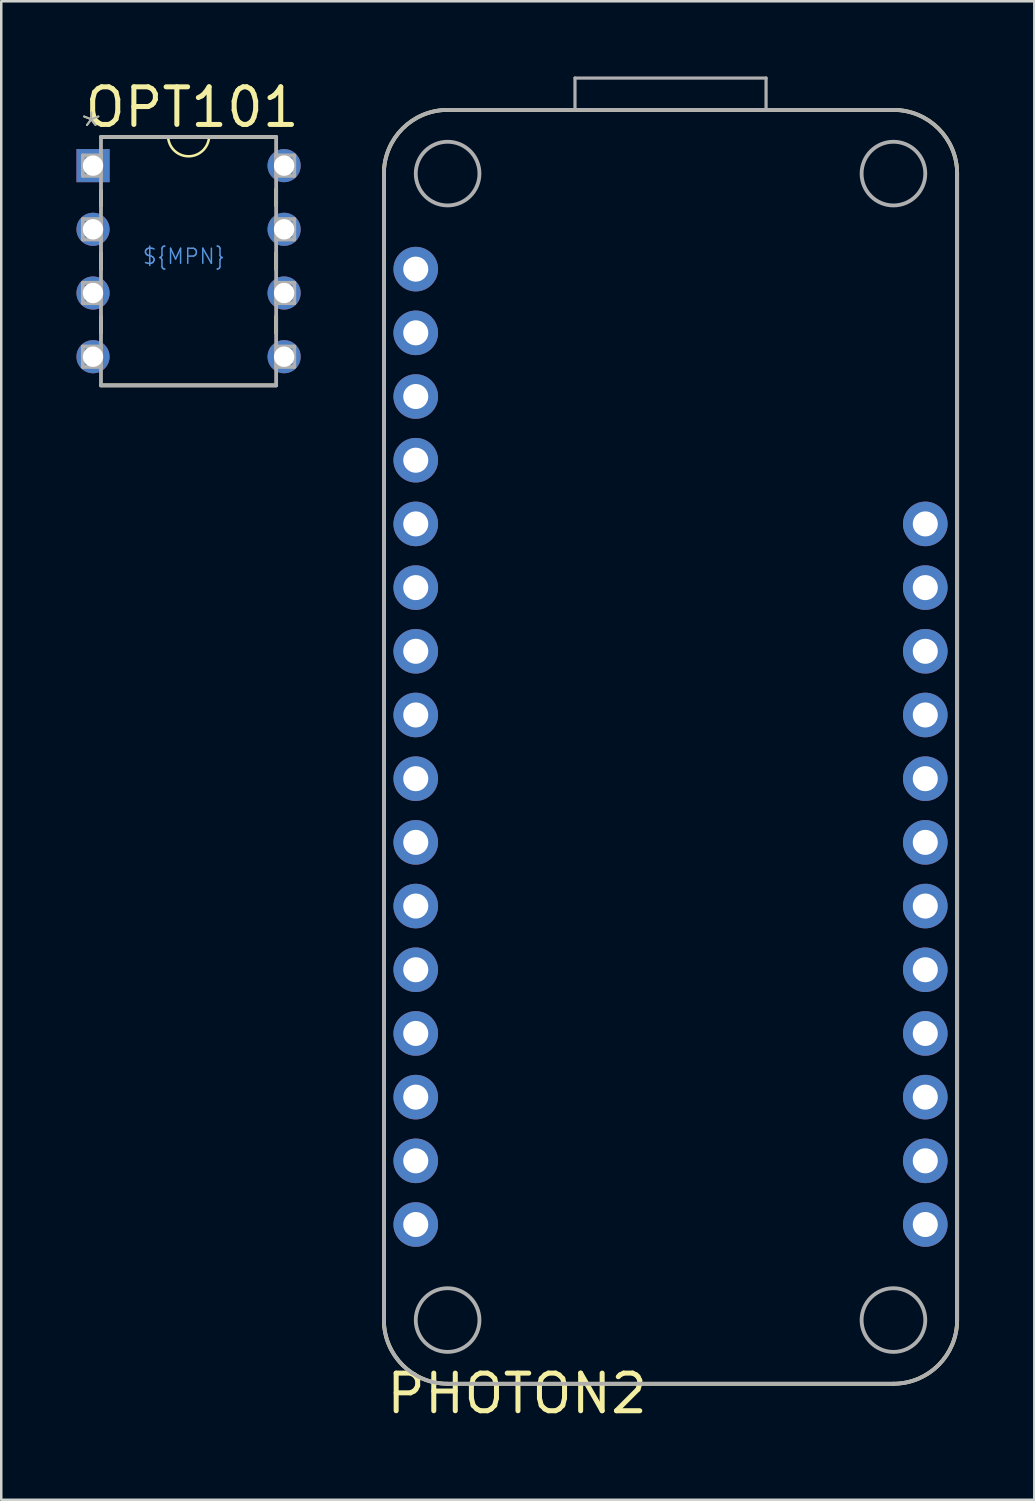
<source format=kicad_pcb>
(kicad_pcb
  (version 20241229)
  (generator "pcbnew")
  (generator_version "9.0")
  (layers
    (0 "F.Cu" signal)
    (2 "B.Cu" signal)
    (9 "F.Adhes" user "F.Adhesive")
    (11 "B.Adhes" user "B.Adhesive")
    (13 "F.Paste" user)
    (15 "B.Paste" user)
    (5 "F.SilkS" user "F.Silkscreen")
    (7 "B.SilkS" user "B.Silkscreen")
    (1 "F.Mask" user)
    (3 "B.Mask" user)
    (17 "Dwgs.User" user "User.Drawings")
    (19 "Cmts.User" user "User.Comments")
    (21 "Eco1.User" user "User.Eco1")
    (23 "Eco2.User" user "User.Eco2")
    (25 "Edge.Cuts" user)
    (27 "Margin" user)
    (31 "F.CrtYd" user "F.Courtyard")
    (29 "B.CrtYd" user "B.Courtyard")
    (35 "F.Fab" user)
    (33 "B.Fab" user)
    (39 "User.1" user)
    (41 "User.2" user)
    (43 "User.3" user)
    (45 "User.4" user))
  (footprint "PHOTON2"
    (layer "F.Cu")
    (at 12.26 52.133)
    (property "Reference" "PHOTON2" (at 0 1.27 0) (unlocked yes) (layer "F.SilkS") (effects (font (size 1.5 1.5) (thickness 0.2)) (justify left bottom)))
    (fp_line (start 0 -48.26) (end 0 -2.54) (stroke (width 0.152) (type solid)) (layer "F.SilkS"))
    (fp_line (start 2.54 0) (end 20.32 0) (stroke (width 0.152) (type solid)) (layer "F.SilkS"))
    (fp_line (start 20.32 -50.8) (end 2.54 -50.8) (stroke (width 0.152) (type solid)) (layer "F.SilkS"))
    (fp_line (start 22.86 -2.54) (end 22.86 -48.26) (stroke (width 0.152) (type solid)) (layer "F.SilkS"))
    (fp_arc (start 0 -48.26) (mid 0.743949 -50.056051) (end 2.54 -50.8) (stroke (width 0.1524) (type solid)) (layer "F.SilkS"))
    (fp_arc (start 2.54 0) (mid 0.743949 -0.743949) (end 0 -2.54) (stroke (width 0.1524) (type solid)) (layer "F.SilkS"))
    (fp_arc (start 20.32 -50.8) (mid 22.116051 -50.056051) (end 22.86 -48.26) (stroke (width 0.1524) (type solid)) (layer "F.SilkS"))
    (fp_arc (start 22.86 -2.54) (mid 22.116051 -0.743949) (end 20.32 0) (stroke (width 0.1524) (type solid)) (layer "F.SilkS"))
    (fp_line (start 0 -2.54) (end 0 -48.26) (stroke (width 0.152) (type solid)) (layer "F.Fab"))
    (fp_line (start 2.54 -50.8) (end 7.62 -50.8) (stroke (width 0.152) (type solid)) (layer "F.Fab"))
    (fp_line (start 7.62 -52.07) (end 15.24 -52.07) (stroke (width 0.127) (type solid)) (layer "F.Fab"))
    (fp_line (start 7.62 -50.8) (end 7.62 -52.07) (stroke (width 0.127) (type solid)) (layer "F.Fab"))
    (fp_line (start 7.62 -50.8) (end 15.24 -50.8) (stroke (width 0.152) (type solid)) (layer "F.Fab"))
    (fp_line (start 15.24 -52.07) (end 15.24 -50.8) (stroke (width 0.127) (type solid)) (layer "F.Fab"))
    (fp_line (start 15.24 -50.8) (end 20.32 -50.8) (stroke (width 0.152) (type solid)) (layer "F.Fab"))
    (fp_line (start 20.32 0) (end 2.54 0) (stroke (width 0.152) (type solid)) (layer "F.Fab"))
    (fp_line (start 22.86 -48.26) (end 22.86 -2.54) (stroke (width 0.152) (type solid)) (layer "F.Fab"))
    (fp_arc (start 0 -48.26) (mid 0.743949 -50.056051) (end 2.54 -50.8) (stroke (width 0.1524) (type solid)) (layer "F.Fab"))
    (fp_arc (start 2.54 0) (mid 0.743949 -0.743949) (end 0 -2.54) (stroke (width 0.1524) (type solid)) (layer "F.Fab"))
    (fp_arc (start 20.32 -50.8) (mid 22.116051 -50.056051) (end 22.86 -48.26) (stroke (width 0.1524) (type solid)) (layer "F.Fab"))
    (fp_arc (start 22.86 -2.54) (mid 22.116051 -0.743949) (end 20.32 0) (stroke (width 0.1524) (type solid)) (layer "F.Fab"))
    (fp_circle (center 2.54 -48.26) (end 3.81 -48.26) (stroke (width 0.152) (type solid)) (fill no) (layer "F.Fab"))
    (fp_circle (center 2.54 -2.54) (end 3.81 -2.54) (stroke (width 0.152) (type solid)) (fill no) (layer "F.Fab"))
    (fp_circle (center 20.32 -48.26) (end 21.59 -48.26) (stroke (width 0.152) (type solid)) (fill no) (layer "F.Fab"))
    (fp_circle (center 20.32 -2.54) (end 21.59 -2.54) (stroke (width 0.152) (type solid)) (fill no) (layer "F.Fab"))
    (pad "1" thru_hole circle (at 1.27 -44.45 270) (size 1.778 1.778) (drill 1) (layers "*.Cu" "*.Mask"))
    (pad "2" thru_hole circle (at 1.27 -41.91 270) (size 1.778 1.778) (drill 1) (layers "*.Cu" "*.Mask"))
    (pad "3" thru_hole circle (at 1.27 -39.37 270) (size 1.778 1.778) (drill 1) (layers "*.Cu" "*.Mask"))
    (pad "4" thru_hole circle (at 1.27 -36.83 270) (size 1.778 1.778) (drill 1) (layers "*.Cu" "*.Mask"))
    (pad "5" thru_hole circle (at 1.27 -34.29 270) (size 1.778 1.778) (drill 1) (layers "*.Cu" "*.Mask"))
    (pad "6" thru_hole circle (at 1.27 -31.75 270) (size 1.778 1.778) (drill 1) (layers "*.Cu" "*.Mask"))
    (pad "7" thru_hole circle (at 1.27 -29.21 270) (size 1.778 1.778) (drill 1) (layers "*.Cu" "*.Mask"))
    (pad "8" thru_hole circle (at 1.27 -26.67 270) (size 1.778 1.778) (drill 1) (layers "*.Cu" "*.Mask"))
    (pad "9" thru_hole circle (at 1.27 -24.13 270) (size 1.778 1.778) (drill 1) (layers "*.Cu" "*.Mask"))
    (pad "10" thru_hole circle (at 1.27 -21.59 270) (size 1.778 1.778) (drill 1) (layers "*.Cu" "*.Mask"))
    (pad "11" thru_hole circle (at 1.27 -19.05 270) (size 1.778 1.778) (drill 1) (layers "*.Cu" "*.Mask"))
    (pad "12" thru_hole circle (at 1.27 -16.51 270) (size 1.778 1.778) (drill 1) (layers "*.Cu" "*.Mask"))
    (pad "13" thru_hole circle (at 1.27 -13.97 270) (size 1.778 1.778) (drill 1) (layers "*.Cu" "*.Mask"))
    (pad "14" thru_hole circle (at 1.27 -11.43 270) (size 1.778 1.778) (drill 1) (layers "*.Cu" "*.Mask"))
    (pad "15" thru_hole circle (at 1.27 -8.89 270) (size 1.778 1.778) (drill 1) (layers "*.Cu" "*.Mask"))
    (pad "16" thru_hole circle (at 1.27 -6.35 270) (size 1.778 1.778) (drill 1) (layers "*.Cu" "*.Mask"))
    (pad "17" thru_hole circle (at 21.59 -6.35 270) (size 1.778 1.778) (drill 1) (layers "*.Cu" "*.Mask"))
    (pad "18" thru_hole circle (at 21.59 -8.89 270) (size 1.778 1.778) (drill 1) (layers "*.Cu" "*.Mask"))
    (pad "19" thru_hole circle (at 21.59 -11.43 270) (size 1.778 1.778) (drill 1) (layers "*.Cu" "*.Mask"))
    (pad "20" thru_hole circle (at 21.59 -13.97 270) (size 1.778 1.778) (drill 1) (layers "*.Cu" "*.Mask"))
    (pad "21" thru_hole circle (at 21.59 -16.51 270) (size 1.778 1.778) (drill 1) (layers "*.Cu" "*.Mask"))
    (pad "22" thru_hole circle (at 21.59 -19.05 270) (size 1.778 1.778) (drill 1) (layers "*.Cu" "*.Mask"))
    (pad "23" thru_hole circle (at 21.59 -21.59 270) (size 1.778 1.778) (drill 1) (layers "*.Cu" "*.Mask"))
    (pad "24" thru_hole circle (at 21.59 -24.13 270) (size 1.778 1.778) (drill 1) (layers "*.Cu" "*.Mask"))
    (pad "25" thru_hole circle (at 21.59 -26.67 270) (size 1.778 1.778) (drill 1) (layers "*.Cu" "*.Mask"))
    (pad "26" thru_hole circle (at 21.59 -29.21 270) (size 1.778 1.778) (drill 1) (layers "*.Cu" "*.Mask"))
    (pad "27" thru_hole circle (at 21.59 -31.75 270) (size 1.778 1.778) (drill 1) (layers "*.Cu" "*.Mask"))
    (pad "28" thru_hole circle (at 21.59 -34.29 270) (size 1.778 1.778) (drill 1) (layers "*.Cu" "*.Mask")))
  (footprint "OPT101"
    (layer "F.Cu")
    (at 8.28 11.175)
    (property "Reference" "OPT101" (at -3.67 -9.946 0) (unlocked yes) (layer "F.SilkS") (effects (font (size 1.5 1.5) (thickness 0.2))))
    (property "MPN" "${MPN}" (at -4 -4 0) (layer "Cmts.User") (effects (font (size 0.6 0.6) (thickness 0.06))))
    (fp_line (start -7.303 -6.627) (end -7.303 -6.021) (stroke (width 0.152) (type solid)) (layer "F.SilkS"))
    (fp_line (start -7.303 -4.139) (end -7.303 -3.481) (stroke (width 0.152) (type solid)) (layer "F.SilkS"))
    (fp_line (start -7.303 -1.599) (end -7.303 -0.941) (stroke (width 0.152) (type solid)) (layer "F.SilkS"))
    (fp_line (start -7.303 1.143) (end -0.318 1.143) (stroke (width 0.152) (type solid)) (layer "F.SilkS"))
    (fp_line (start -0.318 -8.763) (end -7.303 -8.763) (stroke (width 0.152) (type solid)) (layer "F.SilkS"))
    (fp_line (start -0.318 -6.021) (end -0.318 -6.679) (stroke (width 0.152) (type solid)) (layer "F.SilkS"))
    (fp_line (start -0.318 -3.481) (end -0.318 -4.139) (stroke (width 0.152) (type solid)) (layer "F.SilkS"))
    (fp_line (start -0.318 -0.941) (end -0.318 -1.599) (stroke (width 0.152) (type solid)) (layer "F.SilkS"))
    (fp_arc (start -2.992775 -8.763) (mid -3.824666 -7.991206) (end -4.628371 -8.79231) (stroke (width 0.1) (type solid)) (layer "F.SilkS"))
    (fp_line (start -8.026 -8.026) (end -8.026 -7.214) (stroke (width 0.152) (type solid)) (layer "F.Fab"))
    (fp_line (start -8.026 -7.214) (end -7.303 -7.214) (stroke (width 0.152) (type solid)) (layer "F.Fab"))
    (fp_line (start -8.026 -5.486) (end -8.026 -4.674) (stroke (width 0.152) (type solid)) (layer "F.Fab"))
    (fp_line (start -8.026 -4.674) (end -7.303 -4.674) (stroke (width 0.152) (type solid)) (layer "F.Fab"))
    (fp_line (start -8.026 -2.946) (end -8.026 -2.134) (stroke (width 0.152) (type solid)) (layer "F.Fab"))
    (fp_line (start -8.026 -2.134) (end -7.303 -2.134) (stroke (width 0.152) (type solid)) (layer "F.Fab"))
    (fp_line (start -8.026 -0.406) (end -8.026 0.406) (stroke (width 0.152) (type solid)) (layer "F.Fab"))
    (fp_line (start -8.026 0.406) (end -7.303 0.406) (stroke (width 0.152) (type solid)) (layer "F.Fab"))
    (fp_line (start -7.303 -8.763) (end -7.303 1.143) (stroke (width 0.152) (type solid)) (layer "F.Fab"))
    (fp_line (start -7.303 -8.026) (end -8.026 -8.026) (stroke (width 0.152) (type solid)) (layer "F.Fab"))
    (fp_line (start -7.303 -7.214) (end -7.303 -8.026) (stroke (width 0.152) (type solid)) (layer "F.Fab"))
    (fp_line (start -7.303 -5.486) (end -8.026 -5.486) (stroke (width 0.152) (type solid)) (layer "F.Fab"))
    (fp_line (start -7.303 -4.674) (end -7.303 -5.486) (stroke (width 0.152) (type solid)) (layer "F.Fab"))
    (fp_line (start -7.303 -2.946) (end -8.026 -2.946) (stroke (width 0.152) (type solid)) (layer "F.Fab"))
    (fp_line (start -7.303 -2.134) (end -7.303 -2.946) (stroke (width 0.152) (type solid)) (layer "F.Fab"))
    (fp_line (start -7.303 -0.406) (end -8.026 -0.406) (stroke (width 0.152) (type solid)) (layer "F.Fab"))
    (fp_line (start -7.303 0.406) (end -7.303 -0.406) (stroke (width 0.152) (type solid)) (layer "F.Fab"))
    (fp_line (start -7.303 1.143) (end -0.318 1.143) (stroke (width 0.152) (type solid)) (layer "F.Fab"))
    (fp_line (start -0.318 -8.763) (end -7.303 -8.763) (stroke (width 0.152) (type solid)) (layer "F.Fab"))
    (fp_line (start -0.318 -8.026) (end -0.318 -7.214) (stroke (width 0.152) (type solid)) (layer "F.Fab"))
    (fp_line (start -0.318 -7.214) (end 0.406 -7.214) (stroke (width 0.152) (type solid)) (layer "F.Fab"))
    (fp_line (start -0.318 -5.486) (end -0.318 -4.674) (stroke (width 0.152) (type solid)) (layer "F.Fab"))
    (fp_line (start -0.318 -4.674) (end 0.406 -4.674) (stroke (width 0.152) (type solid)) (layer "F.Fab"))
    (fp_line (start -0.318 -2.946) (end -0.318 -2.134) (stroke (width 0.152) (type solid)) (layer "F.Fab"))
    (fp_line (start -0.318 -2.134) (end 0.406 -2.134) (stroke (width 0.152) (type solid)) (layer "F.Fab"))
    (fp_line (start -0.318 -0.406) (end -0.318 0.406) (stroke (width 0.152) (type solid)) (layer "F.Fab"))
    (fp_line (start -0.318 0.406) (end 0.406 0.406) (stroke (width 0.152) (type solid)) (layer "F.Fab"))
    (fp_line (start -0.318 1.143) (end -0.318 -8.763) (stroke (width 0.152) (type solid)) (layer "F.Fab"))
    (fp_line (start 0.406 -8.026) (end -0.318 -8.026) (stroke (width 0.152) (type solid)) (layer "F.Fab"))
    (fp_line (start 0.406 -7.214) (end 0.406 -8.026) (stroke (width 0.152) (type solid)) (layer "F.Fab"))
    (fp_line (start 0.406 -5.486) (end -0.318 -5.486) (stroke (width 0.152) (type solid)) (layer "F.Fab"))
    (fp_line (start 0.406 -4.674) (end 0.406 -5.486) (stroke (width 0.152) (type solid)) (layer "F.Fab"))
    (fp_line (start 0.406 -2.946) (end -0.318 -2.946) (stroke (width 0.152) (type solid)) (layer "F.Fab"))
    (fp_line (start 0.406 -2.134) (end 0.406 -2.946) (stroke (width 0.152) (type solid)) (layer "F.Fab"))
    (fp_line (start 0.406 -0.406) (end -0.318 -0.406) (stroke (width 0.152) (type solid)) (layer "F.Fab"))
    (fp_line (start 0.406 0.406) (end 0.406 -0.406) (stroke (width 0.152) (type solid)) (layer "F.Fab"))
    (fp_text user "*" (at -8.196 -8.407 0) (unlocked yes) (layer "F.SilkS") (effects (font (size 1.194 1.194) (thickness 0.076)) (justify left bottom)))
    (fp_text user "*" (at -8.196 -8.407 0) (unlocked yes) (layer "F.Fab") (effects (font (size 1.194 1.194) (thickness 0.076)) (justify left bottom)))
    (pad "1" thru_hole rect (at -7.62 -7.62) (size 1.321 1.321) (drill 0.813) (layers "*.Cu" "*.Mask"))
    (pad "2" thru_hole circle (at -7.62 -5.08) (size 1.321 1.321) (drill 0.813) (layers "*.Cu" "*.Mask"))
    (pad "3" thru_hole circle (at -7.62 -2.54) (size 1.321 1.321) (drill 0.813) (layers "*.Cu" "*.Mask"))
    (pad "4" thru_hole circle (at -7.62 0) (size 1.321 1.321) (drill 0.813) (layers "*.Cu" "*.Mask"))
    (pad "5" thru_hole circle (at 0 0) (size 1.321 1.321) (drill 0.813) (layers "*.Cu" "*.Mask"))
    (pad "6" thru_hole circle (at 0 -2.54) (size 1.321 1.321) (drill 0.813) (layers "*.Cu" "*.Mask"))
    (pad "7" thru_hole circle (at 0 -5.08) (size 1.321 1.321) (drill 0.813) (layers "*.Cu" "*.Mask"))
    (pad "8" thru_hole circle (at 0 -7.62) (size 1.321 1.321) (drill 0.813) (layers "*.Cu" "*.Mask")))
  (gr_rect
    (start -3 -3)
    (end 38.197 56.761)
    (stroke (width 0.1) (type default))
    (fill no)
    (layer "Edge.Cuts")))
</source>
